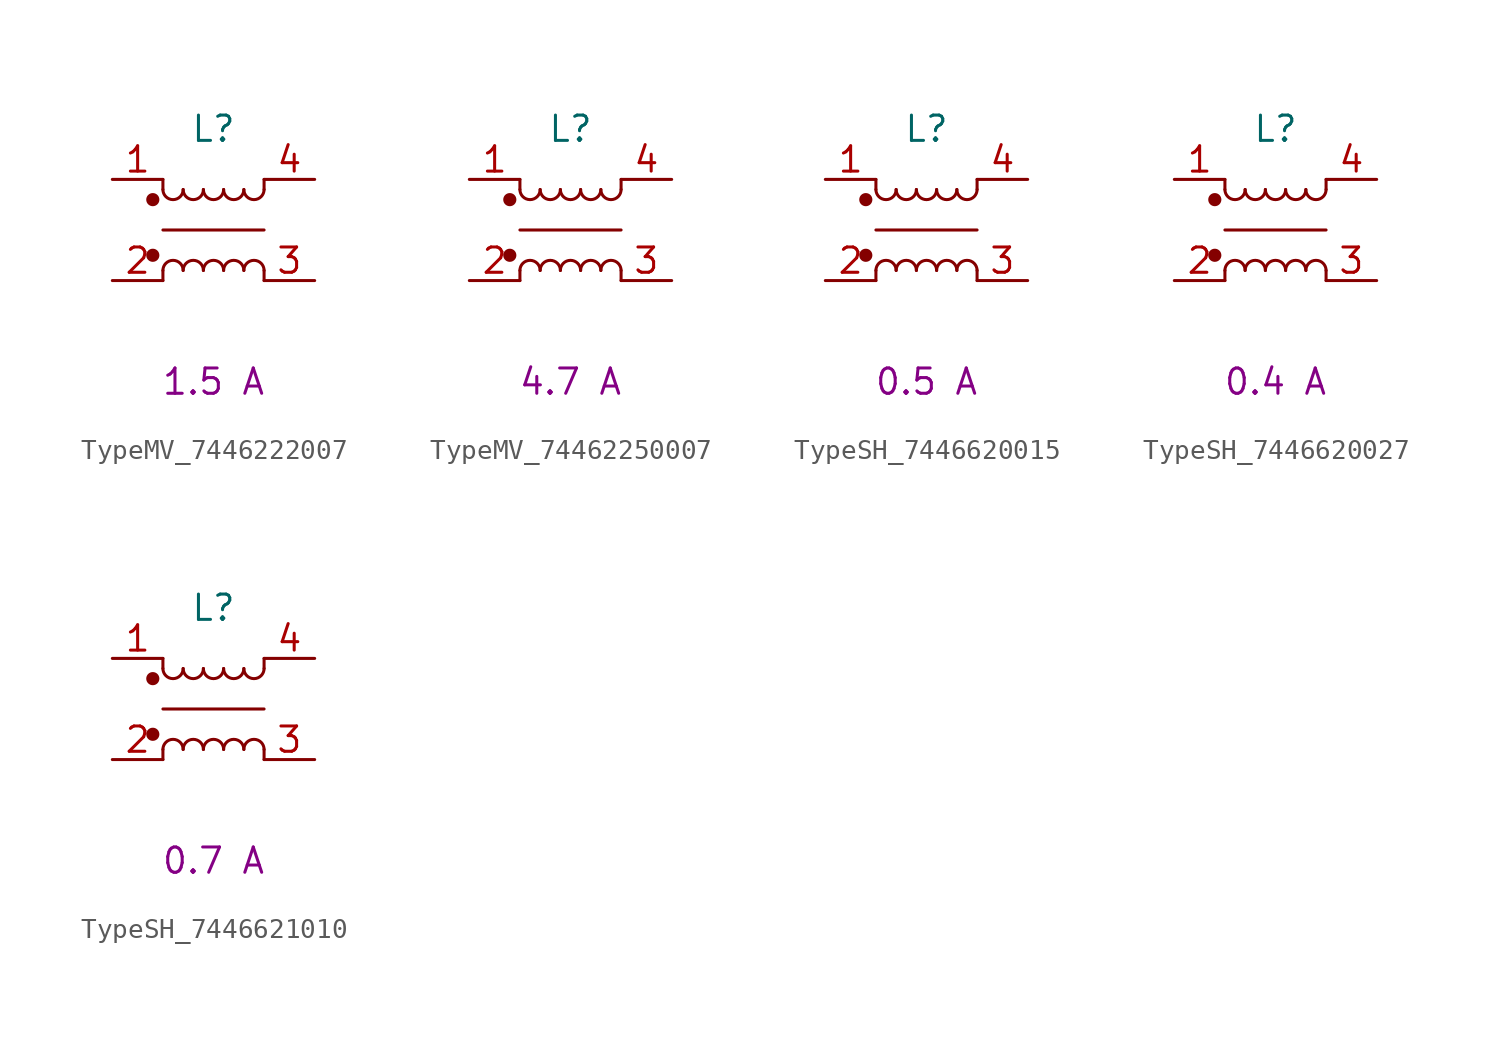
<source format=kicad_sym>
(kicad_symbol_lib
  (version 20220914)
  (generator kicad_symbol_editor)
  (symbol "TypeMV_7446222007"
    (pin_names hide)
    (property "Reference" "L"
      (at 0 5.08 0)
      (effects (font (size 1.27 1.27))))
    (property "Critical Parameter" "1.5 A"
      (at 0 -7.62 0)
      (effects (font (size 1.27 1.27))))
    (symbol "TypeMV_7446222007_0_1"
      (circle (center -3.048 -1.27) (radius 0.254) (stroke (width 0) (type default)) (fill (type outline)))
      (circle (center -3.048 1.524) (radius 0.254) (stroke (width 0) (type default)) (fill (type outline)))
      (arc (start -2.54 2.032) (mid -2.032 1.5262) (end -1.524 2.032) (stroke (width 0) (type default)) (fill (type none)))
      (arc (start -1.524 -2.032) (mid -2.032 -1.5262) (end -2.54 -2.032) (stroke (width 0) (type default)) (fill (type none)))
      (arc (start -1.524 2.032) (mid -1.016 1.5262) (end -0.508 2.032) (stroke (width 0) (type default)) (fill (type none)))
      (arc (start -0.508 -2.032) (mid -1.016 -1.5262) (end -1.524 -2.032) (stroke (width 0) (type default)) (fill (type none)))
      (arc (start -0.508 2.032) (mid 0 1.5262) (end 0.508 2.032) (stroke (width 0) (type default)) (fill (type none)))
      (polyline (pts (xy -2.54 -2.032) (xy -2.54 -2.54)) (stroke (width 0) (type default)) (fill (type none)))
      (polyline (pts (xy -2.54 2.032) (xy -2.54 2.54)) (stroke (width 0) (type default)) (fill (type none)))
      (polyline (pts (xy 2.54 -2.032) (xy 2.54 -2.54)) (stroke (width 0) (type default)) (fill (type none)))
      (polyline (pts (xy 2.54 0) (xy -2.54 0)) (stroke (width 0) (type default)) (fill (type none)))
      (polyline (pts (xy 2.54 2.54) (xy 2.54 2.032)) (stroke (width 0) (type default)) (fill (type none)))
      (arc (start 0.508 -2.032) (mid 0 -1.5262) (end -0.508 -2.032) (stroke (width 0) (type default)) (fill (type none)))
      (arc (start 0.508 2.032) (mid 1.016 1.5262) (end 1.524 2.032) (stroke (width 0) (type default)) (fill (type none)))
      (arc (start 1.524 -2.032) (mid 1.016 -1.5262) (end 0.508 -2.032) (stroke (width 0) (type default)) (fill (type none)))
      (arc (start 1.524 2.032) (mid 2.032 1.5262) (end 2.54 2.032) (stroke (width 0) (type default)) (fill (type none)))
      (arc (start 2.54 -2.032) (mid 2.032 -1.5262) (end 1.524 -2.032) (stroke (width 0) (type default)) (fill (type none))))
    (symbol "TypeMV_7446222007_1_1"
      (pin passive line (at -5.08 2.54 0) (length 2.54) (name "1" (effects (font (size 1.27 1.27)))) (number "1" (effects (font (size 1.27 1.27)))))
      (pin passive line (at -5.08 -2.54 0) (length 2.54) (name "2" (effects (font (size 1.27 1.27)))) (number "2" (effects (font (size 1.27 1.27)))))
      (pin passive line (at 5.08 -2.54 180) (length 2.54) (name "3" (effects (font (size 1.27 1.27)))) (number "3" (effects (font (size 1.27 1.27)))))
      (pin passive line (at 5.08 2.54 180) (length 2.54) (name "4" (effects (font (size 1.27 1.27)))) (number "4" (effects (font (size 1.27 1.27)))))))
  (symbol "TypeMV_74462250007"
    (pin_names hide)
    (property "Reference" "L"
      (at 0 5.08 0)
      (effects (font (size 1.27 1.27))))
    (property "Critical Parameter" "4.7 A"
      (at 0 -7.62 0)
      (effects (font (size 1.27 1.27))))
    (symbol "TypeMV_74462250007_0_1"
      (circle (center -3.048 -1.27) (radius 0.254) (stroke (width 0) (type default)) (fill (type outline)))
      (circle (center -3.048 1.524) (radius 0.254) (stroke (width 0) (type default)) (fill (type outline)))
      (arc (start -2.54 2.032) (mid -2.032 1.5262) (end -1.524 2.032) (stroke (width 0) (type default)) (fill (type none)))
      (arc (start -1.524 -2.032) (mid -2.032 -1.5262) (end -2.54 -2.032) (stroke (width 0) (type default)) (fill (type none)))
      (arc (start -1.524 2.032) (mid -1.016 1.5262) (end -0.508 2.032) (stroke (width 0) (type default)) (fill (type none)))
      (arc (start -0.508 -2.032) (mid -1.016 -1.5262) (end -1.524 -2.032) (stroke (width 0) (type default)) (fill (type none)))
      (arc (start -0.508 2.032) (mid 0 1.5262) (end 0.508 2.032) (stroke (width 0) (type default)) (fill (type none)))
      (polyline (pts (xy -2.54 -2.032) (xy -2.54 -2.54)) (stroke (width 0) (type default)) (fill (type none)))
      (polyline (pts (xy -2.54 2.032) (xy -2.54 2.54)) (stroke (width 0) (type default)) (fill (type none)))
      (polyline (pts (xy 2.54 -2.032) (xy 2.54 -2.54)) (stroke (width 0) (type default)) (fill (type none)))
      (polyline (pts (xy 2.54 0) (xy -2.54 0)) (stroke (width 0) (type default)) (fill (type none)))
      (polyline (pts (xy 2.54 2.54) (xy 2.54 2.032)) (stroke (width 0) (type default)) (fill (type none)))
      (arc (start 0.508 -2.032) (mid 0 -1.5262) (end -0.508 -2.032) (stroke (width 0) (type default)) (fill (type none)))
      (arc (start 0.508 2.032) (mid 1.016 1.5262) (end 1.524 2.032) (stroke (width 0) (type default)) (fill (type none)))
      (arc (start 1.524 -2.032) (mid 1.016 -1.5262) (end 0.508 -2.032) (stroke (width 0) (type default)) (fill (type none)))
      (arc (start 1.524 2.032) (mid 2.032 1.5262) (end 2.54 2.032) (stroke (width 0) (type default)) (fill (type none)))
      (arc (start 2.54 -2.032) (mid 2.032 -1.5262) (end 1.524 -2.032) (stroke (width 0) (type default)) (fill (type none))))
    (symbol "TypeMV_74462250007_1_1"
      (pin passive line (at -5.08 2.54 0) (length 2.54) (name "1" (effects (font (size 1.27 1.27)))) (number "1" (effects (font (size 1.27 1.27)))))
      (pin passive line (at -5.08 -2.54 0) (length 2.54) (name "2" (effects (font (size 1.27 1.27)))) (number "2" (effects (font (size 1.27 1.27)))))
      (pin passive line (at 5.08 -2.54 180) (length 2.54) (name "3" (effects (font (size 1.27 1.27)))) (number "3" (effects (font (size 1.27 1.27)))))
      (pin passive line (at 5.08 2.54 180) (length 2.54) (name "4" (effects (font (size 1.27 1.27)))) (number "4" (effects (font (size 1.27 1.27)))))))
  (symbol "TypeSH_7446620015"
    (pin_names hide)
    (property "Reference" "L"
      (at 0 5.08 0)
      (effects (font (size 1.27 1.27))))
    (property "Critical Parameter" "0.5 A"
      (at 0 -7.62 0)
      (effects (font (size 1.27 1.27))))
    (symbol "TypeSH_7446620015_0_1"
      (circle (center -3.048 -1.27) (radius 0.254) (stroke (width 0) (type default)) (fill (type outline)))
      (circle (center -3.048 1.524) (radius 0.254) (stroke (width 0) (type default)) (fill (type outline)))
      (arc (start -2.54 2.032) (mid -2.032 1.5262) (end -1.524 2.032) (stroke (width 0) (type default)) (fill (type none)))
      (arc (start -1.524 -2.032) (mid -2.032 -1.5262) (end -2.54 -2.032) (stroke (width 0) (type default)) (fill (type none)))
      (arc (start -1.524 2.032) (mid -1.016 1.5262) (end -0.508 2.032) (stroke (width 0) (type default)) (fill (type none)))
      (arc (start -0.508 -2.032) (mid -1.016 -1.5262) (end -1.524 -2.032) (stroke (width 0) (type default)) (fill (type none)))
      (arc (start -0.508 2.032) (mid 0 1.5262) (end 0.508 2.032) (stroke (width 0) (type default)) (fill (type none)))
      (polyline (pts (xy -2.54 -2.032) (xy -2.54 -2.54)) (stroke (width 0) (type default)) (fill (type none)))
      (polyline (pts (xy -2.54 2.032) (xy -2.54 2.54)) (stroke (width 0) (type default)) (fill (type none)))
      (polyline (pts (xy 2.54 -2.032) (xy 2.54 -2.54)) (stroke (width 0) (type default)) (fill (type none)))
      (polyline (pts (xy 2.54 0) (xy -2.54 0)) (stroke (width 0) (type default)) (fill (type none)))
      (polyline (pts (xy 2.54 2.54) (xy 2.54 2.032)) (stroke (width 0) (type default)) (fill (type none)))
      (arc (start 0.508 -2.032) (mid 0 -1.5262) (end -0.508 -2.032) (stroke (width 0) (type default)) (fill (type none)))
      (arc (start 0.508 2.032) (mid 1.016 1.5262) (end 1.524 2.032) (stroke (width 0) (type default)) (fill (type none)))
      (arc (start 1.524 -2.032) (mid 1.016 -1.5262) (end 0.508 -2.032) (stroke (width 0) (type default)) (fill (type none)))
      (arc (start 1.524 2.032) (mid 2.032 1.5262) (end 2.54 2.032) (stroke (width 0) (type default)) (fill (type none)))
      (arc (start 2.54 -2.032) (mid 2.032 -1.5262) (end 1.524 -2.032) (stroke (width 0) (type default)) (fill (type none))))
    (symbol "TypeSH_7446620015_1_1"
      (pin passive line (at -5.08 2.54 0) (length 2.54) (name "1" (effects (font (size 1.27 1.27)))) (number "1" (effects (font (size 1.27 1.27)))))
      (pin passive line (at -5.08 -2.54 0) (length 2.54) (name "2" (effects (font (size 1.27 1.27)))) (number "2" (effects (font (size 1.27 1.27)))))
      (pin passive line (at 5.08 -2.54 180) (length 2.54) (name "3" (effects (font (size 1.27 1.27)))) (number "3" (effects (font (size 1.27 1.27)))))
      (pin passive line (at 5.08 2.54 180) (length 2.54) (name "4" (effects (font (size 1.27 1.27)))) (number "4" (effects (font (size 1.27 1.27)))))))
  (symbol "TypeSH_7446620027"
    (pin_names hide)
    (property "Reference" "L"
      (at 0 5.08 0)
      (effects (font (size 1.27 1.27))))
    (property "Critical Parameter" "0.4 A"
      (at 0 -7.62 0)
      (effects (font (size 1.27 1.27))))
    (symbol "TypeSH_7446620027_0_1"
      (circle (center -3.048 -1.27) (radius 0.254) (stroke (width 0) (type default)) (fill (type outline)))
      (circle (center -3.048 1.524) (radius 0.254) (stroke (width 0) (type default)) (fill (type outline)))
      (arc (start -2.54 2.032) (mid -2.032 1.5262) (end -1.524 2.032) (stroke (width 0) (type default)) (fill (type none)))
      (arc (start -1.524 -2.032) (mid -2.032 -1.5262) (end -2.54 -2.032) (stroke (width 0) (type default)) (fill (type none)))
      (arc (start -1.524 2.032) (mid -1.016 1.5262) (end -0.508 2.032) (stroke (width 0) (type default)) (fill (type none)))
      (arc (start -0.508 -2.032) (mid -1.016 -1.5262) (end -1.524 -2.032) (stroke (width 0) (type default)) (fill (type none)))
      (arc (start -0.508 2.032) (mid 0 1.5262) (end 0.508 2.032) (stroke (width 0) (type default)) (fill (type none)))
      (polyline (pts (xy -2.54 -2.032) (xy -2.54 -2.54)) (stroke (width 0) (type default)) (fill (type none)))
      (polyline (pts (xy -2.54 2.032) (xy -2.54 2.54)) (stroke (width 0) (type default)) (fill (type none)))
      (polyline (pts (xy 2.54 -2.032) (xy 2.54 -2.54)) (stroke (width 0) (type default)) (fill (type none)))
      (polyline (pts (xy 2.54 0) (xy -2.54 0)) (stroke (width 0) (type default)) (fill (type none)))
      (polyline (pts (xy 2.54 2.54) (xy 2.54 2.032)) (stroke (width 0) (type default)) (fill (type none)))
      (arc (start 0.508 -2.032) (mid 0 -1.5262) (end -0.508 -2.032) (stroke (width 0) (type default)) (fill (type none)))
      (arc (start 0.508 2.032) (mid 1.016 1.5262) (end 1.524 2.032) (stroke (width 0) (type default)) (fill (type none)))
      (arc (start 1.524 -2.032) (mid 1.016 -1.5262) (end 0.508 -2.032) (stroke (width 0) (type default)) (fill (type none)))
      (arc (start 1.524 2.032) (mid 2.032 1.5262) (end 2.54 2.032) (stroke (width 0) (type default)) (fill (type none)))
      (arc (start 2.54 -2.032) (mid 2.032 -1.5262) (end 1.524 -2.032) (stroke (width 0) (type default)) (fill (type none))))
    (symbol "TypeSH_7446620027_1_1"
      (pin passive line (at -5.08 2.54 0) (length 2.54) (name "1" (effects (font (size 1.27 1.27)))) (number "1" (effects (font (size 1.27 1.27)))))
      (pin passive line (at -5.08 -2.54 0) (length 2.54) (name "2" (effects (font (size 1.27 1.27)))) (number "2" (effects (font (size 1.27 1.27)))))
      (pin passive line (at 5.08 -2.54 180) (length 2.54) (name "3" (effects (font (size 1.27 1.27)))) (number "3" (effects (font (size 1.27 1.27)))))
      (pin passive line (at 5.08 2.54 180) (length 2.54) (name "4" (effects (font (size 1.27 1.27)))) (number "4" (effects (font (size 1.27 1.27)))))))
  (symbol "TypeSH_7446621010"
    (pin_names hide)
    (property "Reference" "L"
      (at 0 5.08 0)
      (effects (font (size 1.27 1.27))))
    (property "Critical Parameter" "0.7 A"
      (at 0 -7.62 0)
      (effects (font (size 1.27 1.27))))
    (symbol "TypeSH_7446621010_0_1"
      (circle (center -3.048 -1.27) (radius 0.254) (stroke (width 0) (type default)) (fill (type outline)))
      (circle (center -3.048 1.524) (radius 0.254) (stroke (width 0) (type default)) (fill (type outline)))
      (arc (start -2.54 2.032) (mid -2.032 1.5262) (end -1.524 2.032) (stroke (width 0) (type default)) (fill (type none)))
      (arc (start -1.524 -2.032) (mid -2.032 -1.5262) (end -2.54 -2.032) (stroke (width 0) (type default)) (fill (type none)))
      (arc (start -1.524 2.032) (mid -1.016 1.5262) (end -0.508 2.032) (stroke (width 0) (type default)) (fill (type none)))
      (arc (start -0.508 -2.032) (mid -1.016 -1.5262) (end -1.524 -2.032) (stroke (width 0) (type default)) (fill (type none)))
      (arc (start -0.508 2.032) (mid 0 1.5262) (end 0.508 2.032) (stroke (width 0) (type default)) (fill (type none)))
      (polyline (pts (xy -2.54 -2.032) (xy -2.54 -2.54)) (stroke (width 0) (type default)) (fill (type none)))
      (polyline (pts (xy -2.54 2.032) (xy -2.54 2.54)) (stroke (width 0) (type default)) (fill (type none)))
      (polyline (pts (xy 2.54 -2.032) (xy 2.54 -2.54)) (stroke (width 0) (type default)) (fill (type none)))
      (polyline (pts (xy 2.54 0) (xy -2.54 0)) (stroke (width 0) (type default)) (fill (type none)))
      (polyline (pts (xy 2.54 2.54) (xy 2.54 2.032)) (stroke (width 0) (type default)) (fill (type none)))
      (arc (start 0.508 -2.032) (mid 0 -1.5262) (end -0.508 -2.032) (stroke (width 0) (type default)) (fill (type none)))
      (arc (start 0.508 2.032) (mid 1.016 1.5262) (end 1.524 2.032) (stroke (width 0) (type default)) (fill (type none)))
      (arc (start 1.524 -2.032) (mid 1.016 -1.5262) (end 0.508 -2.032) (stroke (width 0) (type default)) (fill (type none)))
      (arc (start 1.524 2.032) (mid 2.032 1.5262) (end 2.54 2.032) (stroke (width 0) (type default)) (fill (type none)))
      (arc (start 2.54 -2.032) (mid 2.032 -1.5262) (end 1.524 -2.032) (stroke (width 0) (type default)) (fill (type none))))
    (symbol "TypeSH_7446621010_1_1"
      (pin passive line (at -5.08 2.54 0) (length 2.54) (name "1" (effects (font (size 1.27 1.27)))) (number "1" (effects (font (size 1.27 1.27)))))
      (pin passive line (at -5.08 -2.54 0) (length 2.54) (name "2" (effects (font (size 1.27 1.27)))) (number "2" (effects (font (size 1.27 1.27)))))
      (pin passive line (at 5.08 -2.54 180) (length 2.54) (name "3" (effects (font (size 1.27 1.27)))) (number "3" (effects (font (size 1.27 1.27)))))
      (pin passive line (at 5.08 2.54 180) (length 2.54) (name "4" (effects (font (size 1.27 1.27)))) (number "4" (effects (font (size 1.27 1.27))))))))
</source>
